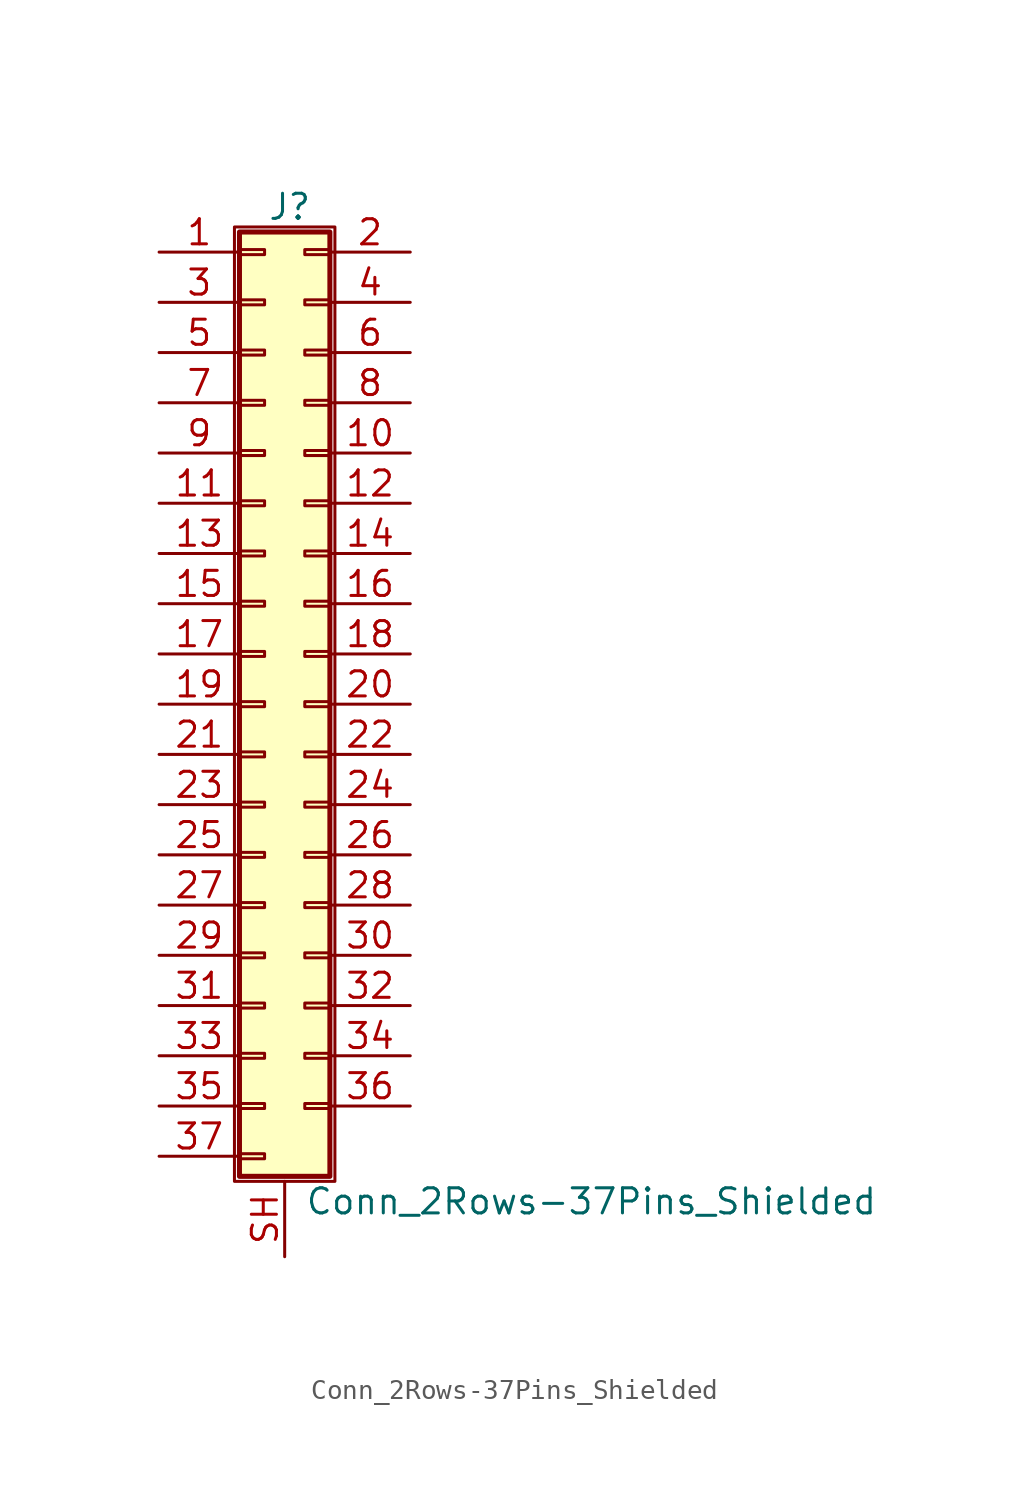
<source format=kicad_sym>
(kicad_symbol_lib
  (version 20201005)
  (generator kicad_symbol_editor)
  (symbol "Conn_2Rows-37Pins_Shielded"
    (pin_names
      (offset 1.016) hide)
    (property "Reference" "J"
      (at 1.524 25.146 0)
      (effects (font (size 1.27 1.27))))
    (property "Value" "Conn_2Rows-37Pins_Shielded"
      (at 2.286 -25.146 0)
      (effects (font (size 1.27 1.27)) (justify left)))
    (symbol "Conn_2Rows-37Pins_Shielded_1_1"
      (rectangle (start -1.27 24.13) (end 3.81 -24.13) (stroke (width 0.152)) (fill (type none)))
      (rectangle (start -1.016 -22.733) (end 0.254 -22.987) (stroke (width 0.152)) (fill (type none)))
      (rectangle (start -1.016 -20.193) (end 0.254 -20.447) (stroke (width 0.152)) (fill (type none)))
      (rectangle (start -1.016 -17.653) (end 0.254 -17.907) (stroke (width 0.152)) (fill (type none)))
      (rectangle (start -1.016 -15.113) (end 0.254 -15.367) (stroke (width 0.152)) (fill (type none)))
      (rectangle (start -1.016 -12.573) (end 0.254 -12.827) (stroke (width 0.152)) (fill (type none)))
      (rectangle (start -1.016 -10.033) (end 0.254 -10.287) (stroke (width 0.152)) (fill (type none)))
      (rectangle (start -1.016 -7.493) (end 0.254 -7.747) (stroke (width 0.152)) (fill (type none)))
      (rectangle (start -1.016 -4.953) (end 0.254 -5.207) (stroke (width 0.152)) (fill (type none)))
      (rectangle (start -1.016 -2.413) (end 0.254 -2.667) (stroke (width 0.152)) (fill (type none)))
      (rectangle (start -1.016 0.127) (end 0.254 -0.127) (stroke (width 0.152)) (fill (type none)))
      (rectangle (start -1.016 2.667) (end 0.254 2.413) (stroke (width 0.152)) (fill (type none)))
      (rectangle (start -1.016 5.207) (end 0.254 4.953) (stroke (width 0.152)) (fill (type none)))
      (rectangle (start -1.016 7.747) (end 0.254 7.493) (stroke (width 0.152)) (fill (type none)))
      (rectangle (start -1.016 10.287) (end 0.254 10.033) (stroke (width 0.152)) (fill (type none)))
      (rectangle (start -1.016 12.827) (end 0.254 12.573) (stroke (width 0.152)) (fill (type none)))
      (rectangle (start -1.016 15.367) (end 0.254 15.113) (stroke (width 0.152)) (fill (type none)))
      (rectangle (start -1.016 17.907) (end 0.254 17.653) (stroke (width 0.152)) (fill (type none)))
      (rectangle (start -1.016 20.447) (end 0.254 20.193) (stroke (width 0.152)) (fill (type none)))
      (rectangle (start -1.016 22.987) (end 0.254 22.733) (stroke (width 0.152)) (fill (type none)))
      (rectangle (start -1.016 23.876) (end 3.556 -23.876) (stroke (width 0.254)) (fill (type background)))
      (rectangle (start 3.556 -20.193) (end 2.286 -20.447) (stroke (width 0.152)) (fill (type none)))
      (rectangle (start 3.556 -17.653) (end 2.286 -17.907) (stroke (width 0.152)) (fill (type none)))
      (rectangle (start 3.556 -15.113) (end 2.286 -15.367) (stroke (width 0.152)) (fill (type none)))
      (rectangle (start 3.556 -12.573) (end 2.286 -12.827) (stroke (width 0.152)) (fill (type none)))
      (rectangle (start 3.556 -10.033) (end 2.286 -10.287) (stroke (width 0.152)) (fill (type none)))
      (rectangle (start 3.556 -7.493) (end 2.286 -7.747) (stroke (width 0.152)) (fill (type none)))
      (rectangle (start 3.556 -4.953) (end 2.286 -5.207) (stroke (width 0.152)) (fill (type none)))
      (rectangle (start 3.556 -2.413) (end 2.286 -2.667) (stroke (width 0.152)) (fill (type none)))
      (rectangle (start 3.556 0.127) (end 2.286 -0.127) (stroke (width 0.152)) (fill (type none)))
      (rectangle (start 3.556 2.667) (end 2.286 2.413) (stroke (width 0.152)) (fill (type none)))
      (rectangle (start 3.556 5.207) (end 2.286 4.953) (stroke (width 0.152)) (fill (type none)))
      (rectangle (start 3.556 7.747) (end 2.286 7.493) (stroke (width 0.152)) (fill (type none)))
      (rectangle (start 3.556 10.287) (end 2.286 10.033) (stroke (width 0.152)) (fill (type none)))
      (rectangle (start 3.556 12.827) (end 2.286 12.573) (stroke (width 0.152)) (fill (type none)))
      (rectangle (start 3.556 15.367) (end 2.286 15.113) (stroke (width 0.152)) (fill (type none)))
      (rectangle (start 3.556 17.907) (end 2.286 17.653) (stroke (width 0.152)) (fill (type none)))
      (rectangle (start 3.556 20.447) (end 2.286 20.193) (stroke (width 0.152)) (fill (type none)))
      (rectangle (start 3.556 22.987) (end 2.286 22.733) (stroke (width 0.152)) (fill (type none)))
      (pin passive line (at -5.08 22.86 0) (length 4.064) (name "Pin_1" (effects (font (size 1.27 1.27)))) (number "1" (effects (font (size 1.27 1.27)))))
      (pin passive line (at 7.62 12.7 180) (length 4.064) (name "Pin_10" (effects (font (size 1.27 1.27)))) (number "10" (effects (font (size 1.27 1.27)))))
      (pin passive line (at -5.08 10.16 0) (length 4.064) (name "Pin_11" (effects (font (size 1.27 1.27)))) (number "11" (effects (font (size 1.27 1.27)))))
      (pin passive line (at 7.62 10.16 180) (length 4.064) (name "Pin_12" (effects (font (size 1.27 1.27)))) (number "12" (effects (font (size 1.27 1.27)))))
      (pin passive line (at -5.08 7.62 0) (length 4.064) (name "Pin_13" (effects (font (size 1.27 1.27)))) (number "13" (effects (font (size 1.27 1.27)))))
      (pin passive line (at 7.62 7.62 180) (length 4.064) (name "Pin_14" (effects (font (size 1.27 1.27)))) (number "14" (effects (font (size 1.27 1.27)))))
      (pin passive line (at -5.08 5.08 0) (length 4.064) (name "Pin_15" (effects (font (size 1.27 1.27)))) (number "15" (effects (font (size 1.27 1.27)))))
      (pin passive line (at 7.62 5.08 180) (length 4.064) (name "Pin_16" (effects (font (size 1.27 1.27)))) (number "16" (effects (font (size 1.27 1.27)))))
      (pin passive line (at -5.08 2.54 0) (length 4.064) (name "Pin_17" (effects (font (size 1.27 1.27)))) (number "17" (effects (font (size 1.27 1.27)))))
      (pin passive line (at 7.62 2.54 180) (length 4.064) (name "Pin_18" (effects (font (size 1.27 1.27)))) (number "18" (effects (font (size 1.27 1.27)))))
      (pin passive line (at -5.08 0 0) (length 4.064) (name "Pin_19" (effects (font (size 1.27 1.27)))) (number "19" (effects (font (size 1.27 1.27)))))
      (pin passive line (at 7.62 22.86 180) (length 4.064) (name "Pin_2" (effects (font (size 1.27 1.27)))) (number "2" (effects (font (size 1.27 1.27)))))
      (pin passive line (at 7.62 0 180) (length 4.064) (name "Pin_20" (effects (font (size 1.27 1.27)))) (number "20" (effects (font (size 1.27 1.27)))))
      (pin passive line (at -5.08 -2.54 0) (length 4.064) (name "Pin_21" (effects (font (size 1.27 1.27)))) (number "21" (effects (font (size 1.27 1.27)))))
      (pin passive line (at 7.62 -2.54 180) (length 4.064) (name "Pin_22" (effects (font (size 1.27 1.27)))) (number "22" (effects (font (size 1.27 1.27)))))
      (pin passive line (at -5.08 -5.08 0) (length 4.064) (name "Pin_23" (effects (font (size 1.27 1.27)))) (number "23" (effects (font (size 1.27 1.27)))))
      (pin passive line (at 7.62 -5.08 180) (length 4.064) (name "Pin_24" (effects (font (size 1.27 1.27)))) (number "24" (effects (font (size 1.27 1.27)))))
      (pin passive line (at -5.08 -7.62 0) (length 4.064) (name "Pin_25" (effects (font (size 1.27 1.27)))) (number "25" (effects (font (size 1.27 1.27)))))
      (pin passive line (at 7.62 -7.62 180) (length 4.064) (name "Pin_26" (effects (font (size 1.27 1.27)))) (number "26" (effects (font (size 1.27 1.27)))))
      (pin passive line (at -5.08 -10.16 0) (length 4.064) (name "Pin_27" (effects (font (size 1.27 1.27)))) (number "27" (effects (font (size 1.27 1.27)))))
      (pin passive line (at 7.62 -10.16 180) (length 4.064) (name "Pin_28" (effects (font (size 1.27 1.27)))) (number "28" (effects (font (size 1.27 1.27)))))
      (pin passive line (at -5.08 -12.7 0) (length 4.064) (name "Pin_29" (effects (font (size 1.27 1.27)))) (number "29" (effects (font (size 1.27 1.27)))))
      (pin passive line (at -5.08 20.32 0) (length 4.064) (name "Pin_3" (effects (font (size 1.27 1.27)))) (number "3" (effects (font (size 1.27 1.27)))))
      (pin passive line (at 7.62 -12.7 180) (length 4.064) (name "Pin_30" (effects (font (size 1.27 1.27)))) (number "30" (effects (font (size 1.27 1.27)))))
      (pin passive line (at -5.08 -15.24 0) (length 4.064) (name "Pin_31" (effects (font (size 1.27 1.27)))) (number "31" (effects (font (size 1.27 1.27)))))
      (pin passive line (at 7.62 -15.24 180) (length 4.064) (name "Pin_32" (effects (font (size 1.27 1.27)))) (number "32" (effects (font (size 1.27 1.27)))))
      (pin passive line (at -5.08 -17.78 0) (length 4.064) (name "Pin_33" (effects (font (size 1.27 1.27)))) (number "33" (effects (font (size 1.27 1.27)))))
      (pin passive line (at 7.62 -17.78 180) (length 4.064) (name "Pin_34" (effects (font (size 1.27 1.27)))) (number "34" (effects (font (size 1.27 1.27)))))
      (pin passive line (at -5.08 -20.32 0) (length 4.064) (name "Pin_35" (effects (font (size 1.27 1.27)))) (number "35" (effects (font (size 1.27 1.27)))))
      (pin passive line (at 7.62 -20.32 180) (length 4.064) (name "Pin_36" (effects (font (size 1.27 1.27)))) (number "36" (effects (font (size 1.27 1.27)))))
      (pin passive line (at -5.08 -22.86 0) (length 4.064) (name "Pin_37" (effects (font (size 1.27 1.27)))) (number "37" (effects (font (size 1.27 1.27)))))
      (pin passive line (at 7.62 20.32 180) (length 4.064) (name "Pin_4" (effects (font (size 1.27 1.27)))) (number "4" (effects (font (size 1.27 1.27)))))
      (pin passive line (at -5.08 17.78 0) (length 4.064) (name "Pin_5" (effects (font (size 1.27 1.27)))) (number "5" (effects (font (size 1.27 1.27)))))
      (pin passive line (at 7.62 17.78 180) (length 4.064) (name "Pin_6" (effects (font (size 1.27 1.27)))) (number "6" (effects (font (size 1.27 1.27)))))
      (pin passive line (at -5.08 15.24 0) (length 4.064) (name "Pin_7" (effects (font (size 1.27 1.27)))) (number "7" (effects (font (size 1.27 1.27)))))
      (pin passive line (at 7.62 15.24 180) (length 4.064) (name "Pin_8" (effects (font (size 1.27 1.27)))) (number "8" (effects (font (size 1.27 1.27)))))
      (pin passive line (at -5.08 12.7 0) (length 4.064) (name "Pin_9" (effects (font (size 1.27 1.27)))) (number "9" (effects (font (size 1.27 1.27)))))
      (pin passive line (at 1.27 -27.94 90) (length 3.81) (name "Shield" (effects (font (size 1.27 1.27)))) (number "SH" (effects (font (size 1.27 1.27))))))))
</source>
